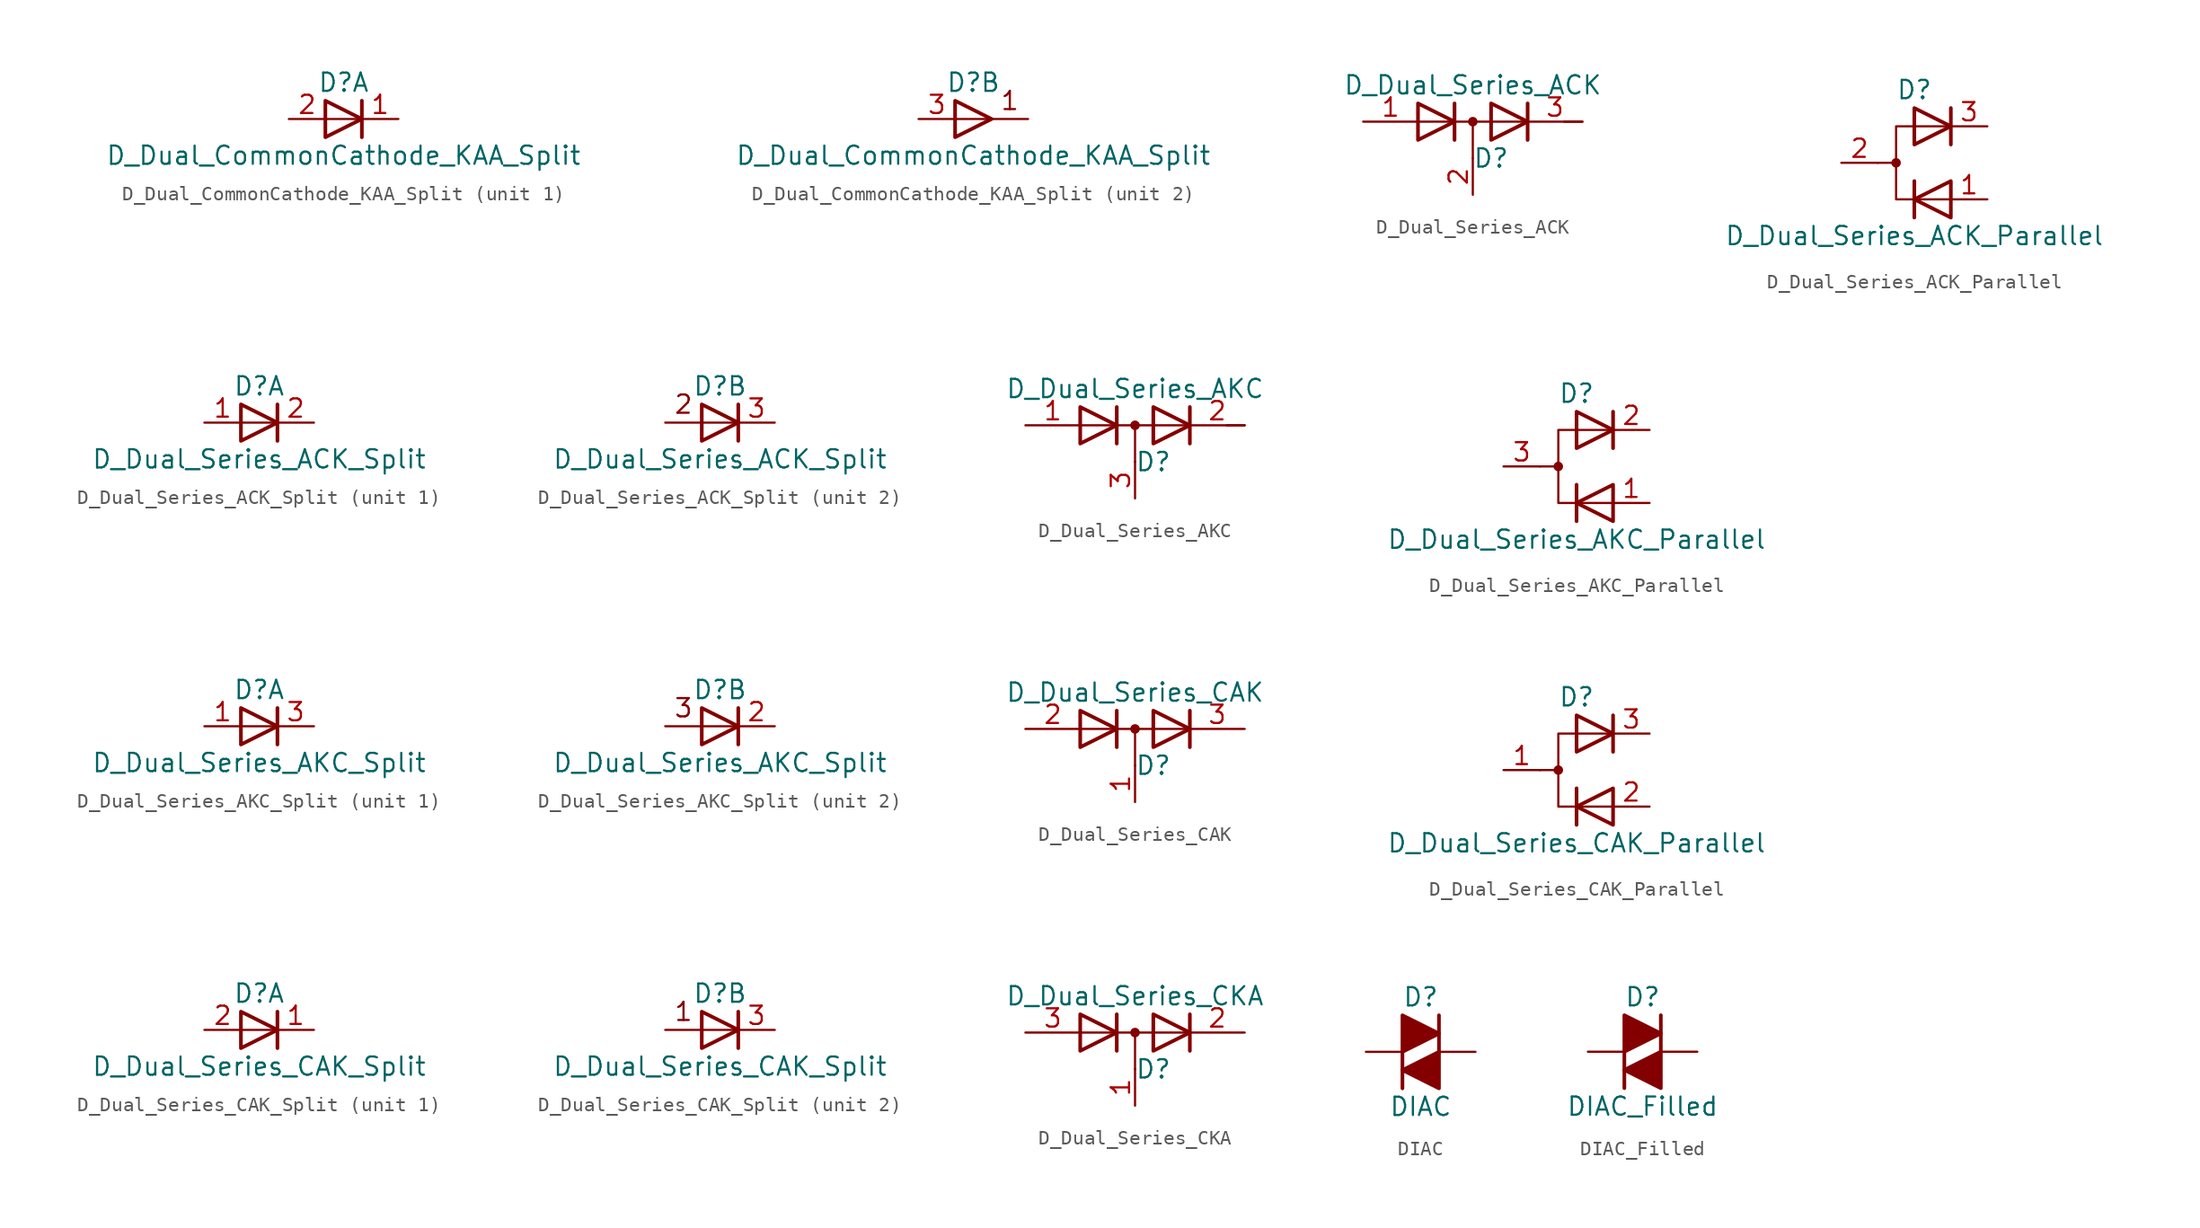
<source format=kicad_sym>
(kicad_symbol_lib
  (version 20201005)
  (generator kicad_symbol_editor)
  (symbol "D_Dual_CommonCathode_KAA_Split"
    (pin_names
      (offset 0.762) hide)
    (property "Reference" "D"
      (at 0 2.54 0)
      (effects (font (size 1.27 1.27))))
    (property "Value" "D_Dual_CommonCathode_KAA_Split"
      (at 0 -2.54 0)
      (effects (font (size 1.27 1.27))))
    (property "ki_locked" ""
      (at 0 0 0)
      (effects (font (size 1.27 1.27))))
    (symbol "D_Dual_CommonCathode_KAA_Split_0_1"
      (polyline (pts (xy -1.27 1.27) (xy 1.27 0) (xy -1.27 -1.27) (xy -1.27 1.27) (xy -1.27 1.27) (xy -1.27 1.27)) (stroke (width 0.254)) (fill (type none))))
    (symbol "D_Dual_CommonCathode_KAA_Split_1_0"
      (polyline (pts (xy 1.27 1.27) (xy 1.27 -1.27)) (stroke (width 0.254)) (fill (type none))))
    (symbol "D_Dual_CommonCathode_KAA_Split_1_1"
      (polyline (pts (xy 1.27 0) (xy -1.27 0)) (stroke (width 0)) (fill (type none)))
      (pin passive line (at 3.81 0 180) (length 2.54) (name "K" (effects (font (size 1.27 1.27)))) (number "1" (effects (font (size 1.27 1.27)))))
      (pin passive line (at -3.81 0 0) (length 2.54) (name "A" (effects (font (size 1.27 1.27)))) (number "2" (effects (font (size 1.27 1.27))))))
    (symbol "D_Dual_CommonCathode_KAA_Split_2_0"
      (text "1" (at 2.54 1.27 0) (effects (font (size 1.27 1.27))))
      (polyline (pts (xy 3.81 0) (xy -1.27 0)) (stroke (width 0)) (fill (type none))))
    (symbol "D_Dual_CommonCathode_KAA_Split_2_1"
      (pin passive line (at -3.81 0 0) (length 2.54) (name "K" (effects (font (size 1.27 1.27)))) (number "3" (effects (font (size 1.27 1.27)))))))
  (symbol "D_Dual_Series_ACK"
    (pin_names
      (offset 0.762) hide)
    (property "Reference" "D"
      (at 1.27 -2.54 0)
      (effects (font (size 1.27 1.27))))
    (property "Value" "D_Dual_Series_ACK"
      (at 0 2.54 0)
      (effects (font (size 1.27 1.27))))
    (symbol "D_Dual_Series_ACK_0_1"
      (circle (center 0 0) (radius 0.254) (stroke (width 0)) (fill (type outline)))
      (polyline (pts (xy 0 0) (xy 0 -2.54)) (stroke (width 0)) (fill (type none)))
      (polyline (pts (xy 3.81 0) (xy -3.81 0)) (stroke (width 0)) (fill (type none)))
      (polyline (pts (xy 6.35 0) (xy 7.62 0)) (stroke (width 0)) (fill (type none)))
      (polyline (pts (xy -1.27 -1.27) (xy -1.27 1.27) (xy -1.27 1.27)) (stroke (width 0.254)) (fill (type none)))
      (polyline (pts (xy 3.81 1.27) (xy 3.81 -1.27) (xy 3.81 -1.27)) (stroke (width 0.254)) (fill (type none)))
      (polyline (pts (xy -3.81 1.27) (xy -1.27 0) (xy -3.81 -1.27) (xy -3.81 1.27) (xy -3.81 1.27) (xy -3.81 1.27)) (stroke (width 0.254)) (fill (type none)))
      (polyline (pts (xy 1.27 1.27) (xy 3.81 0) (xy 1.27 -1.27) (xy 1.27 1.27) (xy 1.27 1.27) (xy 1.27 1.27)) (stroke (width 0.254)) (fill (type none)))
      (pin passive line (at -7.62 0 0) (length 3.81) (name "A" (effects (font (size 1.27 1.27)))) (number "1" (effects (font (size 1.27 1.27)))))
      (pin passive line (at 0 -5.08 90) (length 2.54) (name "common" (effects (font (size 1.27 1.27)))) (number "2" (effects (font (size 1.27 1.27)))))
      (pin passive line (at 7.62 0 180) (length 3.81) (name "K" (effects (font (size 1.27 1.27)))) (number "3" (effects (font (size 1.27 1.27)))))))
  (symbol "D_Dual_Series_ACK_Parallel"
    (pin_names
      (offset 0.762) hide)
    (property "Reference" "D"
      (at 0 5.08 0)
      (effects (font (size 1.27 1.27))))
    (property "Value" "D_Dual_Series_ACK_Parallel"
      (at 0 -5.08 0)
      (effects (font (size 1.27 1.27))))
    (symbol "D_Dual_Series_ACK_Parallel_0_0"
      (polyline (pts (xy 0 -1.27) (xy 0 -3.81)) (stroke (width 0.254)) (fill (type none)))
      (polyline (pts (xy 2.54 3.81) (xy 2.54 1.27)) (stroke (width 0.254)) (fill (type none))))
    (symbol "D_Dual_Series_ACK_Parallel_0_1"
      (circle (center -1.27 0) (radius 0.254) (stroke (width 0)) (fill (type outline)))
      (polyline (pts (xy -1.27 0) (xy -2.54 0)) (stroke (width 0)) (fill (type none)))
      (polyline (pts (xy 2.54 2.54) (xy -1.27 2.54) (xy -1.27 -2.54) (xy 2.54 -2.54)) (stroke (width 0)) (fill (type none)))
      (polyline (pts (xy 0 3.81) (xy 2.54 2.54) (xy 0 1.27) (xy 0 3.81) (xy 0 3.81) (xy 0 3.81)) (stroke (width 0.254)) (fill (type none)))
      (polyline (pts (xy 2.54 -1.27) (xy 0 -2.54) (xy 2.54 -3.81) (xy 2.54 -1.27) (xy 2.54 -1.27) (xy 2.54 -1.27)) (stroke (width 0.254)) (fill (type none)))
      (pin passive line (at 5.08 -2.54 180) (length 2.54) (name "K" (effects (font (size 1.27 1.27)))) (number "1" (effects (font (size 1.27 1.27)))))
      (pin passive line (at -5.08 0 0) (length 2.54) (name "A" (effects (font (size 1.27 1.27)))) (number "2" (effects (font (size 1.27 1.27)))))
      (pin passive line (at 5.08 2.54 180) (length 2.54) (name "K" (effects (font (size 1.27 1.27)))) (number "3" (effects (font (size 1.27 1.27)))))))
  (symbol "D_Dual_Series_ACK_Split"
    (pin_names
      (offset 0.762) hide)
    (property "Reference" "D"
      (at 0 2.54 0)
      (effects (font (size 1.27 1.27))))
    (property "Value" "D_Dual_Series_ACK_Split"
      (at 0 -2.54 0)
      (effects (font (size 1.27 1.27))))
    (property "ki_locked" ""
      (at 0 0 0)
      (effects (font (size 1.27 1.27))))
    (symbol "D_Dual_Series_ACK_Split_0_0"
      (polyline (pts (xy 1.27 1.27) (xy 1.27 -1.27)) (stroke (width 0.254)) (fill (type none))))
    (symbol "D_Dual_Series_ACK_Split_0_1"
      (polyline (pts (xy -1.27 1.27) (xy 1.27 0) (xy -1.27 -1.27) (xy -1.27 1.27) (xy -1.27 1.27) (xy -1.27 1.27)) (stroke (width 0.254)) (fill (type none))))
    (symbol "D_Dual_Series_ACK_Split_1_1"
      (polyline (pts (xy 1.27 0) (xy -1.27 0)) (stroke (width 0)) (fill (type none)))
      (pin passive line (at -3.81 0 0) (length 2.54) (name "A" (effects (font (size 1.27 1.27)))) (number "1" (effects (font (size 1.27 1.27)))))
      (pin passive line (at 3.81 0 180) (length 2.54) (name "K" (effects (font (size 1.27 1.27)))) (number "2" (effects (font (size 1.27 1.27))))))
    (symbol "D_Dual_Series_ACK_Split_2_0"
      (text "2" (at -2.54 1.27 0) (effects (font (size 1.27 1.27))))
      (polyline (pts (xy 1.27 0) (xy -3.81 0)) (stroke (width 0)) (fill (type none))))
    (symbol "D_Dual_Series_ACK_Split_2_1"
      (pin passive line (at 3.81 0 180) (length 2.54) (name "K" (effects (font (size 1.27 1.27)))) (number "3" (effects (font (size 1.27 1.27)))))))
  (symbol "D_Dual_Series_AKC"
    (pin_names
      (offset 0.762) hide)
    (property "Reference" "D"
      (at 1.27 -2.54 0)
      (effects (font (size 1.27 1.27))))
    (property "Value" "D_Dual_Series_AKC"
      (at 0 2.54 0)
      (effects (font (size 1.27 1.27))))
    (symbol "D_Dual_Series_AKC_0_1"
      (circle (center 0 0) (radius 0.254) (stroke (width 0)) (fill (type outline)))
      (polyline (pts (xy -3.81 0) (xy 3.81 0)) (stroke (width 0)) (fill (type none)))
      (polyline (pts (xy 0 0) (xy 0 -2.54)) (stroke (width 0)) (fill (type none)))
      (polyline (pts (xy 6.35 0) (xy 7.62 0)) (stroke (width 0)) (fill (type none)))
      (polyline (pts (xy -1.27 -1.27) (xy -1.27 1.27) (xy -1.27 1.27)) (stroke (width 0.254)) (fill (type none)))
      (polyline (pts (xy 3.81 1.27) (xy 3.81 -1.27) (xy 3.81 -1.27)) (stroke (width 0.254)) (fill (type none)))
      (polyline (pts (xy -3.81 1.27) (xy -1.27 0) (xy -3.81 -1.27) (xy -3.81 1.27) (xy -3.81 1.27) (xy -3.81 1.27)) (stroke (width 0.254)) (fill (type none)))
      (polyline (pts (xy 1.27 1.27) (xy 3.81 0) (xy 1.27 -1.27) (xy 1.27 1.27) (xy 1.27 1.27) (xy 1.27 1.27)) (stroke (width 0.254)) (fill (type none)))
      (pin passive line (at -7.62 0 0) (length 3.81) (name "A" (effects (font (size 1.27 1.27)))) (number "1" (effects (font (size 1.27 1.27)))))
      (pin passive line (at 7.62 0 180) (length 3.81) (name "K" (effects (font (size 1.27 1.27)))) (number "2" (effects (font (size 1.27 1.27)))))
      (pin passive line (at 0 -5.08 90) (length 2.54) (name "common" (effects (font (size 1.27 1.27)))) (number "3" (effects (font (size 1.27 1.27)))))))
  (symbol "D_Dual_Series_AKC_Parallel"
    (pin_names
      (offset 0.762) hide)
    (property "Reference" "D"
      (at 0 5.08 0)
      (effects (font (size 1.27 1.27))))
    (property "Value" "D_Dual_Series_AKC_Parallel"
      (at 0 -5.08 0)
      (effects (font (size 1.27 1.27))))
    (symbol "D_Dual_Series_AKC_Parallel_0_0"
      (polyline (pts (xy 0 -1.27) (xy 0 -3.81)) (stroke (width 0.254)) (fill (type none)))
      (polyline (pts (xy 2.54 3.81) (xy 2.54 1.27)) (stroke (width 0.254)) (fill (type none))))
    (symbol "D_Dual_Series_AKC_Parallel_0_1"
      (circle (center -1.27 0) (radius 0.254) (stroke (width 0)) (fill (type outline)))
      (polyline (pts (xy -1.27 0) (xy -2.54 0)) (stroke (width 0)) (fill (type none)))
      (polyline (pts (xy 2.54 2.54) (xy -1.27 2.54) (xy -1.27 -2.54) (xy 2.54 -2.54)) (stroke (width 0)) (fill (type none)))
      (polyline (pts (xy 0 3.81) (xy 2.54 2.54) (xy 0 1.27) (xy 0 3.81) (xy 0 3.81) (xy 0 3.81)) (stroke (width 0.254)) (fill (type none)))
      (polyline (pts (xy 2.54 -1.27) (xy 0 -2.54) (xy 2.54 -3.81) (xy 2.54 -1.27) (xy 2.54 -1.27) (xy 2.54 -1.27)) (stroke (width 0.254)) (fill (type none)))
      (pin passive line (at 5.08 -2.54 180) (length 2.54) (name "K" (effects (font (size 1.27 1.27)))) (number "1" (effects (font (size 1.27 1.27)))))
      (pin passive line (at 5.08 2.54 180) (length 2.54) (name "K" (effects (font (size 1.27 1.27)))) (number "2" (effects (font (size 1.27 1.27)))))
      (pin passive line (at -5.08 0 0) (length 2.54) (name "A" (effects (font (size 1.27 1.27)))) (number "3" (effects (font (size 1.27 1.27)))))))
  (symbol "D_Dual_Series_AKC_Split"
    (pin_names
      (offset 0.762) hide)
    (property "Reference" "D"
      (at 0 2.54 0)
      (effects (font (size 1.27 1.27))))
    (property "Value" "D_Dual_Series_AKC_Split"
      (at 0 -2.54 0)
      (effects (font (size 1.27 1.27))))
    (property "ki_locked" ""
      (at 0 0 0)
      (effects (font (size 1.27 1.27))))
    (symbol "D_Dual_Series_AKC_Split_0_0"
      (polyline (pts (xy 1.27 1.27) (xy 1.27 -1.27)) (stroke (width 0.254)) (fill (type none))))
    (symbol "D_Dual_Series_AKC_Split_0_1"
      (polyline (pts (xy -1.27 1.27) (xy 1.27 0) (xy -1.27 -1.27) (xy -1.27 1.27) (xy -1.27 1.27) (xy -1.27 1.27)) (stroke (width 0.254)) (fill (type none))))
    (symbol "D_Dual_Series_AKC_Split_1_1"
      (polyline (pts (xy 1.27 0) (xy -1.27 0)) (stroke (width 0)) (fill (type none)))
      (pin passive line (at -3.81 0 0) (length 2.54) (name "A" (effects (font (size 1.27 1.27)))) (number "1" (effects (font (size 1.27 1.27)))))
      (pin passive line (at 3.81 0 180) (length 2.54) (name "K" (effects (font (size 1.27 1.27)))) (number "3" (effects (font (size 1.27 1.27))))))
    (symbol "D_Dual_Series_AKC_Split_2_0"
      (text "3" (at -2.54 1.27 0) (effects (font (size 1.27 1.27))))
      (polyline (pts (xy 1.27 0) (xy -3.81 0)) (stroke (width 0)) (fill (type none))))
    (symbol "D_Dual_Series_AKC_Split_2_1"
      (pin passive line (at 3.81 0 180) (length 2.54) (name "K" (effects (font (size 1.27 1.27)))) (number "2" (effects (font (size 1.27 1.27)))))))
  (symbol "D_Dual_Series_CAK"
    (pin_names
      (offset 0.762) hide)
    (property "Reference" "D"
      (at 1.27 -2.54 0)
      (effects (font (size 1.27 1.27))))
    (property "Value" "D_Dual_Series_CAK"
      (at 0 2.54 0)
      (effects (font (size 1.27 1.27))))
    (symbol "D_Dual_Series_CAK_0_1"
      (circle (center 0 0) (radius 0.254) (stroke (width 0)) (fill (type outline)))
      (polyline (pts (xy 0 0) (xy 0 -2.54)) (stroke (width 0)) (fill (type none)))
      (polyline (pts (xy 3.81 0) (xy -3.81 0)) (stroke (width 0)) (fill (type none)))
      (polyline (pts (xy -1.27 -1.27) (xy -1.27 1.27) (xy -1.27 1.27)) (stroke (width 0.254)) (fill (type none)))
      (polyline (pts (xy 3.81 1.27) (xy 3.81 -1.27) (xy 3.81 -1.27)) (stroke (width 0.254)) (fill (type none)))
      (polyline (pts (xy -3.81 1.27) (xy -1.27 0) (xy -3.81 -1.27) (xy -3.81 1.27) (xy -3.81 1.27) (xy -3.81 1.27)) (stroke (width 0.254)) (fill (type none)))
      (polyline (pts (xy 1.27 1.27) (xy 3.81 0) (xy 1.27 -1.27) (xy 1.27 1.27) (xy 1.27 1.27) (xy 1.27 1.27)) (stroke (width 0.254)) (fill (type none)))
      (pin passive line (at 0 -5.08 90) (length 2.54) (name "common" (effects (font (size 1.27 1.27)))) (number "1" (effects (font (size 1.27 1.27)))))
      (pin passive line (at -7.62 0 0) (length 3.81) (name "A" (effects (font (size 1.27 1.27)))) (number "2" (effects (font (size 1.27 1.27)))))
      (pin passive line (at 7.62 0 180) (length 3.81) (name "K" (effects (font (size 1.27 1.27)))) (number "3" (effects (font (size 1.27 1.27)))))))
  (symbol "D_Dual_Series_CAK_Parallel"
    (pin_names
      (offset 0.762) hide)
    (property "Reference" "D"
      (at 0 5.08 0)
      (effects (font (size 1.27 1.27))))
    (property "Value" "D_Dual_Series_CAK_Parallel"
      (at 0 -5.08 0)
      (effects (font (size 1.27 1.27))))
    (symbol "D_Dual_Series_CAK_Parallel_0_0"
      (polyline (pts (xy 0 -1.27) (xy 0 -3.81)) (stroke (width 0.254)) (fill (type none)))
      (polyline (pts (xy 2.54 3.81) (xy 2.54 1.27)) (stroke (width 0.254)) (fill (type none))))
    (symbol "D_Dual_Series_CAK_Parallel_0_1"
      (circle (center -1.27 0) (radius 0.254) (stroke (width 0)) (fill (type outline)))
      (polyline (pts (xy -1.27 0) (xy -2.54 0)) (stroke (width 0)) (fill (type none)))
      (polyline (pts (xy 2.54 2.54) (xy -1.27 2.54) (xy -1.27 -2.54) (xy 2.54 -2.54)) (stroke (width 0)) (fill (type none)))
      (polyline (pts (xy 0 3.81) (xy 2.54 2.54) (xy 0 1.27) (xy 0 3.81) (xy 0 3.81) (xy 0 3.81)) (stroke (width 0.254)) (fill (type none)))
      (polyline (pts (xy 2.54 -1.27) (xy 0 -2.54) (xy 2.54 -3.81) (xy 2.54 -1.27) (xy 2.54 -1.27) (xy 2.54 -1.27)) (stroke (width 0.254)) (fill (type none)))
      (pin passive line (at -5.08 0 0) (length 2.54) (name "A" (effects (font (size 1.27 1.27)))) (number "1" (effects (font (size 1.27 1.27)))))
      (pin passive line (at 5.08 -2.54 180) (length 2.54) (name "K" (effects (font (size 1.27 1.27)))) (number "2" (effects (font (size 1.27 1.27)))))
      (pin passive line (at 5.08 2.54 180) (length 2.54) (name "K" (effects (font (size 1.27 1.27)))) (number "3" (effects (font (size 1.27 1.27)))))))
  (symbol "D_Dual_Series_CAK_Split"
    (pin_names
      (offset 0.762) hide)
    (property "Reference" "D"
      (at 0 2.54 0)
      (effects (font (size 1.27 1.27))))
    (property "Value" "D_Dual_Series_CAK_Split"
      (at 0 -2.54 0)
      (effects (font (size 1.27 1.27))))
    (property "ki_locked" ""
      (at 0 0 0)
      (effects (font (size 1.27 1.27))))
    (symbol "D_Dual_Series_CAK_Split_0_0"
      (polyline (pts (xy 1.27 1.27) (xy 1.27 -1.27)) (stroke (width 0.254)) (fill (type none))))
    (symbol "D_Dual_Series_CAK_Split_0_1"
      (polyline (pts (xy -1.27 1.27) (xy 1.27 0) (xy -1.27 -1.27) (xy -1.27 1.27) (xy -1.27 1.27) (xy -1.27 1.27)) (stroke (width 0.254)) (fill (type none))))
    (symbol "D_Dual_Series_CAK_Split_1_1"
      (polyline (pts (xy 1.27 0) (xy -1.27 0)) (stroke (width 0)) (fill (type none)))
      (pin passive line (at 3.81 0 180) (length 2.54) (name "K" (effects (font (size 1.27 1.27)))) (number "1" (effects (font (size 1.27 1.27)))))
      (pin passive line (at -3.81 0 0) (length 2.54) (name "A" (effects (font (size 1.27 1.27)))) (number "2" (effects (font (size 1.27 1.27))))))
    (symbol "D_Dual_Series_CAK_Split_2_0"
      (text "1" (at -2.54 1.27 0) (effects (font (size 1.27 1.27))))
      (polyline (pts (xy 1.27 0) (xy -3.81 0)) (stroke (width 0)) (fill (type none))))
    (symbol "D_Dual_Series_CAK_Split_2_1"
      (pin passive line (at 3.81 0 180) (length 2.54) (name "K" (effects (font (size 1.27 1.27)))) (number "3" (effects (font (size 1.27 1.27)))))))
  (symbol "D_Dual_Series_CKA"
    (pin_names
      (offset 0.762) hide)
    (property "Reference" "D"
      (at 1.27 -2.54 0)
      (effects (font (size 1.27 1.27))))
    (property "Value" "D_Dual_Series_CKA"
      (at 0 2.54 0)
      (effects (font (size 1.27 1.27))))
    (symbol "D_Dual_Series_CKA_0_1"
      (circle (center 0 0) (radius 0.254) (stroke (width 0)) (fill (type outline)))
      (polyline (pts (xy -3.81 0) (xy 3.81 0)) (stroke (width 0)) (fill (type none)))
      (polyline (pts (xy 0 0) (xy 0 -2.54)) (stroke (width 0)) (fill (type none)))
      (polyline (pts (xy -1.27 -1.27) (xy -1.27 1.27) (xy -1.27 1.27)) (stroke (width 0.254)) (fill (type none)))
      (polyline (pts (xy 3.81 1.27) (xy 3.81 -1.27) (xy 3.81 -1.27)) (stroke (width 0.254)) (fill (type none)))
      (polyline (pts (xy -3.81 1.27) (xy -1.27 0) (xy -3.81 -1.27) (xy -3.81 1.27) (xy -3.81 1.27) (xy -3.81 1.27)) (stroke (width 0.254)) (fill (type none)))
      (polyline (pts (xy 1.27 1.27) (xy 3.81 0) (xy 1.27 -1.27) (xy 1.27 1.27) (xy 1.27 1.27) (xy 1.27 1.27)) (stroke (width 0.254)) (fill (type none)))
      (pin passive line (at 0 -5.08 90) (length 2.54) (name "common" (effects (font (size 1.27 1.27)))) (number "1" (effects (font (size 1.27 1.27)))))
      (pin passive line (at 7.62 0 180) (length 3.81) (name "K" (effects (font (size 1.27 1.27)))) (number "2" (effects (font (size 1.27 1.27)))))
      (pin passive line (at -7.62 0 0) (length 3.81) (name "A" (effects (font (size 1.27 1.27)))) (number "3" (effects (font (size 1.27 1.27)))))))
  (symbol "DIAC"
    (pin_numbers hide)
    (pin_names
      (offset 1.016) hide)
    (property "Reference" "D"
      (at 0 3.81 0)
      (effects (font (size 1.27 1.27))))
    (property "Value" "DIAC"
      (at 0 -3.81 0)
      (effects (font (size 1.27 1.27))))
    (symbol "DIAC_0_1"
      (polyline (pts (xy -1.27 -2.54) (xy -1.27 2.54) (xy 1.27 1.27) (xy -1.27 0)) (stroke (width 0.254)) (fill (type outline)))
      (polyline (pts (xy 1.27 2.54) (xy 1.27 -2.54) (xy -1.27 -1.27) (xy 1.27 0)) (stroke (width 0.254)) (fill (type outline))))
    (symbol "DIAC_1_1"
      (pin passive line (at -3.81 0 0) (length 2.54) (name "K" (effects (font (size 1.27 1.27)))) (number "1" (effects (font (size 1.27 1.27)))))
      (pin passive line (at 3.81 0 180) (length 2.54) (name "A" (effects (font (size 1.27 1.27)))) (number "2" (effects (font (size 1.27 1.27)))))))
  (symbol "DIAC_Filled"
    (pin_numbers hide)
    (pin_names
      (offset 1.016) hide)
    (property "Reference" "D"
      (at 0 3.81 0)
      (effects (font (size 1.27 1.27))))
    (property "Value" "DIAC_Filled"
      (at 0 -3.81 0)
      (effects (font (size 1.27 1.27))))
    (symbol "DIAC_Filled_0_1"
      (polyline (pts (xy -1.27 -2.54) (xy -1.27 2.54) (xy 1.27 1.27) (xy -1.27 0)) (stroke (width 0.254)) (fill (type outline)))
      (polyline (pts (xy 1.27 2.54) (xy 1.27 -2.54) (xy -1.27 -1.27) (xy 1.27 0)) (stroke (width 0.254)) (fill (type outline))))
    (symbol "DIAC_Filled_1_1"
      (pin passive line (at -3.81 0 0) (length 2.54) (name "K" (effects (font (size 1.27 1.27)))) (number "1" (effects (font (size 1.27 1.27)))))
      (pin passive line (at 3.81 0 180) (length 2.54) (name "A" (effects (font (size 1.27 1.27)))) (number "2" (effects (font (size 1.27 1.27))))))))
</source>
